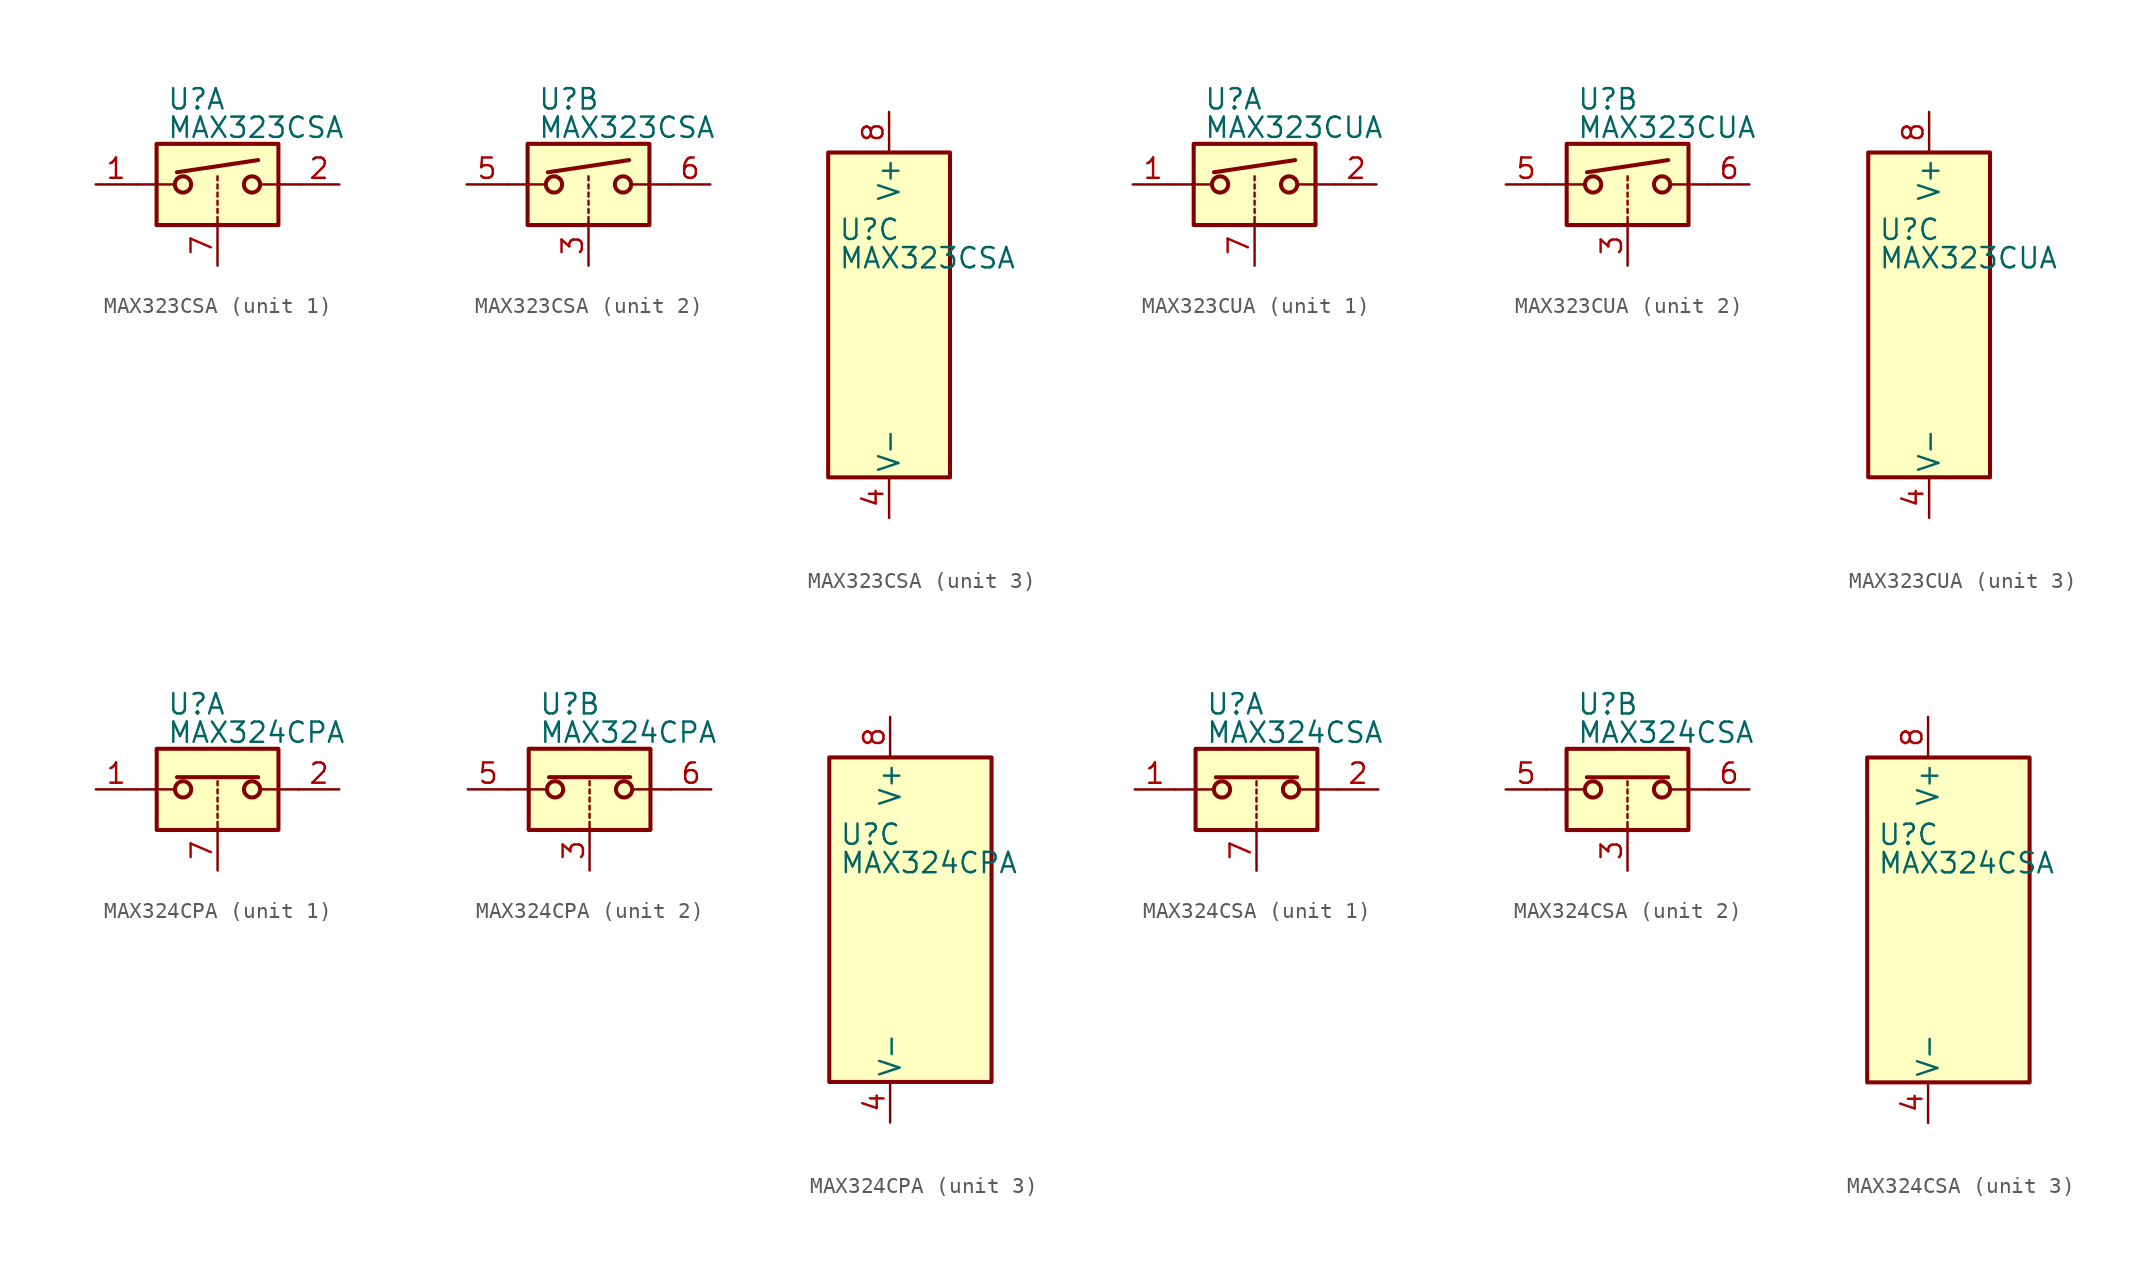
<source format=kicad_sym>
(kicad_symbol_lib
  (version 20211014)
  (generator kicad_symbol_editor)
  (symbol "MAX323CSA"
    (pin_names
      (offset 0.254))
    (property "Reference" "U"
      (at -3.175 5.334 0)
      (effects (font (size 1.27 1.27)) (justify left)))
    (property "Value" "MAX323CSA"
      (at -3.175 3.556 0)
      (effects (font (size 1.27 1.27)) (justify left)))
    (symbol "MAX323CSA_1_1"
      (rectangle (start -3.81 2.54) (end 3.81 -2.54) (stroke (width 0.254) (type default) (color 0 0 0 0)) (fill (type background)))
      (circle (center -2.159 0) (radius 0.508) (stroke (width 0.254) (type default) (color 0 0 0 0)) (fill (type none)))
      (polyline (pts (xy -5.08 0) (xy -2.794 0)) (stroke (width 0) (type default) (color 0 0 0 0)) (fill (type none)))
      (polyline (pts (xy -2.54 0.762) (xy 2.54 1.524)) (stroke (width 0.254) (type default) (color 0 0 0 0)) (fill (type none)))
      (polyline (pts (xy 0 -2.54) (xy 0 -2.032)) (stroke (width 0) (type default) (color 0 0 0 0)) (fill (type none)))
      (polyline (pts (xy 0 -1.778) (xy 0 -1.524)) (stroke (width 0) (type default) (color 0 0 0 0)) (fill (type none)))
      (polyline (pts (xy 0 -1.27) (xy 0 -1.016)) (stroke (width 0) (type default) (color 0 0 0 0)) (fill (type none)))
      (polyline (pts (xy 0 -0.762) (xy 0 -0.508)) (stroke (width 0) (type default) (color 0 0 0 0)) (fill (type none)))
      (polyline (pts (xy 0 -0.254) (xy 0 0)) (stroke (width 0) (type default) (color 0 0 0 0)) (fill (type none)))
      (polyline (pts (xy 0 0.254) (xy 0 0.508)) (stroke (width 0) (type default) (color 0 0 0 0)) (fill (type none)))
      (polyline (pts (xy 5.08 0) (xy 2.794 0)) (stroke (width 0) (type default) (color 0 0 0 0)) (fill (type none)))
      (circle (center 2.159 0) (radius 0.508) (stroke (width 0.254) (type default) (color 0 0 0 0)) (fill (type none)))
      (pin passive line (at -7.62 0 0) (length 2.54) (name "~" (effects (font (size 1.27 1.27)))) (number "1" (effects (font (size 1.27 1.27)))))
      (pin passive line (at 7.62 0 180) (length 2.54) (name "~" (effects (font (size 1.27 1.27)))) (number "2" (effects (font (size 1.27 1.27)))))
      (pin input line (at 0 -5.08 90) (length 2.54) (name "~" (effects (font (size 1.27 1.27)))) (number "7" (effects (font (size 1.27 1.27))))))
    (symbol "MAX323CSA_2_1"
      (rectangle (start -3.81 2.54) (end 3.81 -2.54) (stroke (width 0.254) (type default) (color 0 0 0 0)) (fill (type background)))
      (circle (center -2.159 0) (radius 0.508) (stroke (width 0.254) (type default) (color 0 0 0 0)) (fill (type none)))
      (polyline (pts (xy -5.08 0) (xy -2.794 0)) (stroke (width 0) (type default) (color 0 0 0 0)) (fill (type none)))
      (polyline (pts (xy -2.54 0.762) (xy 2.54 1.524)) (stroke (width 0.254) (type default) (color 0 0 0 0)) (fill (type none)))
      (polyline (pts (xy 0 -2.54) (xy 0 -2.032)) (stroke (width 0) (type default) (color 0 0 0 0)) (fill (type none)))
      (polyline (pts (xy 0 -1.778) (xy 0 -1.524)) (stroke (width 0) (type default) (color 0 0 0 0)) (fill (type none)))
      (polyline (pts (xy 0 -1.27) (xy 0 -1.016)) (stroke (width 0) (type default) (color 0 0 0 0)) (fill (type none)))
      (polyline (pts (xy 0 -0.762) (xy 0 -0.508)) (stroke (width 0) (type default) (color 0 0 0 0)) (fill (type none)))
      (polyline (pts (xy 0 -0.254) (xy 0 0)) (stroke (width 0) (type default) (color 0 0 0 0)) (fill (type none)))
      (polyline (pts (xy 0 0.254) (xy 0 0.508)) (stroke (width 0) (type default) (color 0 0 0 0)) (fill (type none)))
      (polyline (pts (xy 5.08 0) (xy 2.794 0)) (stroke (width 0) (type default) (color 0 0 0 0)) (fill (type none)))
      (circle (center 2.159 0) (radius 0.508) (stroke (width 0.254) (type default) (color 0 0 0 0)) (fill (type none)))
      (pin input line (at 0 -5.08 90) (length 2.54) (name "~" (effects (font (size 1.27 1.27)))) (number "3" (effects (font (size 1.27 1.27)))))
      (pin passive line (at -7.62 0 0) (length 2.54) (name "~" (effects (font (size 1.27 1.27)))) (number "5" (effects (font (size 1.27 1.27)))))
      (pin passive line (at 7.62 0 180) (length 2.54) (name "~" (effects (font (size 1.27 1.27)))) (number "6" (effects (font (size 1.27 1.27))))))
    (symbol "MAX323CSA_3_0"
      (pin power_in line (at 0 -12.7 90) (length 2.54) (name "V-" (effects (font (size 1.27 1.27)))) (number "4" (effects (font (size 1.27 1.27)))))
      (pin power_in line (at 0 12.7 270) (length 2.54) (name "V+" (effects (font (size 1.27 1.27)))) (number "8" (effects (font (size 1.27 1.27))))))
    (symbol "MAX323CSA_3_1"
      (rectangle (start -3.81 10.16) (end 3.81 -10.16) (stroke (width 0.254) (type default) (color 0 0 0 0)) (fill (type background)))))
  (symbol "MAX323CUA"
    (pin_names
      (offset 0.254))
    (property "Reference" "U"
      (at -3.175 5.334 0)
      (effects (font (size 1.27 1.27)) (justify left)))
    (property "Value" "MAX323CUA"
      (at -3.175 3.556 0)
      (effects (font (size 1.27 1.27)) (justify left)))
    (symbol "MAX323CUA_1_1"
      (rectangle (start -3.81 2.54) (end 3.81 -2.54) (stroke (width 0.254) (type default) (color 0 0 0 0)) (fill (type background)))
      (circle (center -2.159 0) (radius 0.508) (stroke (width 0.254) (type default) (color 0 0 0 0)) (fill (type none)))
      (polyline (pts (xy -5.08 0) (xy -2.794 0)) (stroke (width 0) (type default) (color 0 0 0 0)) (fill (type none)))
      (polyline (pts (xy -2.54 0.762) (xy 2.54 1.524)) (stroke (width 0.254) (type default) (color 0 0 0 0)) (fill (type none)))
      (polyline (pts (xy 0 -2.54) (xy 0 -2.032)) (stroke (width 0) (type default) (color 0 0 0 0)) (fill (type none)))
      (polyline (pts (xy 0 -1.778) (xy 0 -1.524)) (stroke (width 0) (type default) (color 0 0 0 0)) (fill (type none)))
      (polyline (pts (xy 0 -1.27) (xy 0 -1.016)) (stroke (width 0) (type default) (color 0 0 0 0)) (fill (type none)))
      (polyline (pts (xy 0 -0.762) (xy 0 -0.508)) (stroke (width 0) (type default) (color 0 0 0 0)) (fill (type none)))
      (polyline (pts (xy 0 -0.254) (xy 0 0)) (stroke (width 0) (type default) (color 0 0 0 0)) (fill (type none)))
      (polyline (pts (xy 0 0.254) (xy 0 0.508)) (stroke (width 0) (type default) (color 0 0 0 0)) (fill (type none)))
      (polyline (pts (xy 5.08 0) (xy 2.794 0)) (stroke (width 0) (type default) (color 0 0 0 0)) (fill (type none)))
      (circle (center 2.159 0) (radius 0.508) (stroke (width 0.254) (type default) (color 0 0 0 0)) (fill (type none)))
      (pin passive line (at -7.62 0 0) (length 2.54) (name "~" (effects (font (size 1.27 1.27)))) (number "1" (effects (font (size 1.27 1.27)))))
      (pin passive line (at 7.62 0 180) (length 2.54) (name "~" (effects (font (size 1.27 1.27)))) (number "2" (effects (font (size 1.27 1.27)))))
      (pin input line (at 0 -5.08 90) (length 2.54) (name "~" (effects (font (size 1.27 1.27)))) (number "7" (effects (font (size 1.27 1.27))))))
    (symbol "MAX323CUA_2_1"
      (rectangle (start -3.81 2.54) (end 3.81 -2.54) (stroke (width 0.254) (type default) (color 0 0 0 0)) (fill (type background)))
      (circle (center -2.159 0) (radius 0.508) (stroke (width 0.254) (type default) (color 0 0 0 0)) (fill (type none)))
      (polyline (pts (xy -5.08 0) (xy -2.794 0)) (stroke (width 0) (type default) (color 0 0 0 0)) (fill (type none)))
      (polyline (pts (xy -2.54 0.762) (xy 2.54 1.524)) (stroke (width 0.254) (type default) (color 0 0 0 0)) (fill (type none)))
      (polyline (pts (xy 0 -2.54) (xy 0 -2.032)) (stroke (width 0) (type default) (color 0 0 0 0)) (fill (type none)))
      (polyline (pts (xy 0 -1.778) (xy 0 -1.524)) (stroke (width 0) (type default) (color 0 0 0 0)) (fill (type none)))
      (polyline (pts (xy 0 -1.27) (xy 0 -1.016)) (stroke (width 0) (type default) (color 0 0 0 0)) (fill (type none)))
      (polyline (pts (xy 0 -0.762) (xy 0 -0.508)) (stroke (width 0) (type default) (color 0 0 0 0)) (fill (type none)))
      (polyline (pts (xy 0 -0.254) (xy 0 0)) (stroke (width 0) (type default) (color 0 0 0 0)) (fill (type none)))
      (polyline (pts (xy 0 0.254) (xy 0 0.508)) (stroke (width 0) (type default) (color 0 0 0 0)) (fill (type none)))
      (polyline (pts (xy 5.08 0) (xy 2.794 0)) (stroke (width 0) (type default) (color 0 0 0 0)) (fill (type none)))
      (circle (center 2.159 0) (radius 0.508) (stroke (width 0.254) (type default) (color 0 0 0 0)) (fill (type none)))
      (pin input line (at 0 -5.08 90) (length 2.54) (name "~" (effects (font (size 1.27 1.27)))) (number "3" (effects (font (size 1.27 1.27)))))
      (pin passive line (at -7.62 0 0) (length 2.54) (name "~" (effects (font (size 1.27 1.27)))) (number "5" (effects (font (size 1.27 1.27)))))
      (pin passive line (at 7.62 0 180) (length 2.54) (name "~" (effects (font (size 1.27 1.27)))) (number "6" (effects (font (size 1.27 1.27))))))
    (symbol "MAX323CUA_3_0"
      (pin power_in line (at 0 -12.7 90) (length 2.54) (name "V-" (effects (font (size 1.27 1.27)))) (number "4" (effects (font (size 1.27 1.27)))))
      (pin power_in line (at 0 12.7 270) (length 2.54) (name "V+" (effects (font (size 1.27 1.27)))) (number "8" (effects (font (size 1.27 1.27))))))
    (symbol "MAX323CUA_3_1"
      (rectangle (start -3.81 10.16) (end 3.81 -10.16) (stroke (width 0.254) (type default) (color 0 0 0 0)) (fill (type background)))))
  (symbol "MAX324CPA"
    (pin_names
      (offset 0.254))
    (property "Reference" "U"
      (at -3.175 5.334 0)
      (effects (font (size 1.27 1.27)) (justify left)))
    (property "Value" "MAX324CPA"
      (at -3.175 3.556 0)
      (effects (font (size 1.27 1.27)) (justify left)))
    (symbol "MAX324CPA_1_1"
      (rectangle (start -3.81 2.54) (end 3.81 -2.54) (stroke (width 0.254) (type default) (color 0 0 0 0)) (fill (type background)))
      (circle (center -2.159 0) (radius 0.508) (stroke (width 0.254) (type default) (color 0 0 0 0)) (fill (type none)))
      (polyline (pts (xy -5.08 0) (xy -2.794 0)) (stroke (width 0) (type default) (color 0 0 0 0)) (fill (type none)))
      (polyline (pts (xy -2.54 0.762) (xy 2.54 0.762)) (stroke (width 0.254) (type default) (color 0 0 0 0)) (fill (type none)))
      (polyline (pts (xy 0 -2.54) (xy 0 -2.032)) (stroke (width 0) (type default) (color 0 0 0 0)) (fill (type none)))
      (polyline (pts (xy 0 -1.778) (xy 0 -1.524)) (stroke (width 0) (type default) (color 0 0 0 0)) (fill (type none)))
      (polyline (pts (xy 0 -1.27) (xy 0 -1.016)) (stroke (width 0) (type default) (color 0 0 0 0)) (fill (type none)))
      (polyline (pts (xy 0 -0.762) (xy 0 -0.508)) (stroke (width 0) (type default) (color 0 0 0 0)) (fill (type none)))
      (polyline (pts (xy 0 -0.254) (xy 0 0)) (stroke (width 0) (type default) (color 0 0 0 0)) (fill (type none)))
      (polyline (pts (xy 0 0.254) (xy 0 0.508)) (stroke (width 0) (type default) (color 0 0 0 0)) (fill (type none)))
      (polyline (pts (xy 5.08 0) (xy 2.794 0)) (stroke (width 0) (type default) (color 0 0 0 0)) (fill (type none)))
      (circle (center 2.159 0) (radius 0.508) (stroke (width 0.254) (type default) (color 0 0 0 0)) (fill (type none)))
      (pin passive line (at -7.62 0 0) (length 2.54) (name "~" (effects (font (size 1.27 1.27)))) (number "1" (effects (font (size 1.27 1.27)))))
      (pin passive line (at 7.62 0 180) (length 2.54) (name "~" (effects (font (size 1.27 1.27)))) (number "2" (effects (font (size 1.27 1.27)))))
      (pin input line (at 0 -5.08 90) (length 2.54) (name "~" (effects (font (size 1.27 1.27)))) (number "7" (effects (font (size 1.27 1.27))))))
    (symbol "MAX324CPA_2_1"
      (rectangle (start -3.81 2.54) (end 3.81 -2.54) (stroke (width 0.254) (type default) (color 0 0 0 0)) (fill (type background)))
      (circle (center -2.159 0) (radius 0.508) (stroke (width 0.254) (type default) (color 0 0 0 0)) (fill (type none)))
      (polyline (pts (xy -5.08 0) (xy -2.794 0)) (stroke (width 0) (type default) (color 0 0 0 0)) (fill (type none)))
      (polyline (pts (xy -2.54 0.762) (xy 2.54 0.762)) (stroke (width 0.254) (type default) (color 0 0 0 0)) (fill (type none)))
      (polyline (pts (xy 0 -2.54) (xy 0 -2.032)) (stroke (width 0) (type default) (color 0 0 0 0)) (fill (type none)))
      (polyline (pts (xy 0 -1.778) (xy 0 -1.524)) (stroke (width 0) (type default) (color 0 0 0 0)) (fill (type none)))
      (polyline (pts (xy 0 -1.27) (xy 0 -1.016)) (stroke (width 0) (type default) (color 0 0 0 0)) (fill (type none)))
      (polyline (pts (xy 0 -0.762) (xy 0 -0.508)) (stroke (width 0) (type default) (color 0 0 0 0)) (fill (type none)))
      (polyline (pts (xy 0 -0.254) (xy 0 0)) (stroke (width 0) (type default) (color 0 0 0 0)) (fill (type none)))
      (polyline (pts (xy 0 0.254) (xy 0 0.508)) (stroke (width 0) (type default) (color 0 0 0 0)) (fill (type none)))
      (polyline (pts (xy 5.08 0) (xy 2.794 0)) (stroke (width 0) (type default) (color 0 0 0 0)) (fill (type none)))
      (circle (center 2.159 0) (radius 0.508) (stroke (width 0.254) (type default) (color 0 0 0 0)) (fill (type none)))
      (pin input line (at 0 -5.08 90) (length 2.54) (name "~" (effects (font (size 1.27 1.27)))) (number "3" (effects (font (size 1.27 1.27)))))
      (pin passive line (at -7.62 0 0) (length 2.54) (name "~" (effects (font (size 1.27 1.27)))) (number "5" (effects (font (size 1.27 1.27)))))
      (pin passive line (at 7.62 0 180) (length 2.54) (name "~" (effects (font (size 1.27 1.27)))) (number "6" (effects (font (size 1.27 1.27))))))
    (symbol "MAX324CPA_3_0"
      (pin power_in line (at 0 -12.7 90) (length 2.54) (name "V-" (effects (font (size 1.27 1.27)))) (number "4" (effects (font (size 1.27 1.27)))))
      (pin power_in line (at 0 12.7 270) (length 2.54) (name "V+" (effects (font (size 1.27 1.27)))) (number "8" (effects (font (size 1.27 1.27))))))
    (symbol "MAX324CPA_3_1"
      (rectangle (start -3.81 10.16) (end 6.35 -10.16) (stroke (width 0.254) (type default) (color 0 0 0 0)) (fill (type background)))))
  (symbol "MAX324CSA"
    (pin_names
      (offset 0.254))
    (property "Reference" "U"
      (at -3.175 5.334 0)
      (effects (font (size 1.27 1.27)) (justify left)))
    (property "Value" "MAX324CSA"
      (at -3.175 3.556 0)
      (effects (font (size 1.27 1.27)) (justify left)))
    (symbol "MAX324CSA_1_1"
      (rectangle (start -3.81 2.54) (end 3.81 -2.54) (stroke (width 0.254) (type default) (color 0 0 0 0)) (fill (type background)))
      (circle (center -2.159 0) (radius 0.508) (stroke (width 0.254) (type default) (color 0 0 0 0)) (fill (type none)))
      (polyline (pts (xy -5.08 0) (xy -2.794 0)) (stroke (width 0) (type default) (color 0 0 0 0)) (fill (type none)))
      (polyline (pts (xy -2.54 0.762) (xy 2.54 0.762)) (stroke (width 0.254) (type default) (color 0 0 0 0)) (fill (type none)))
      (polyline (pts (xy 0 -2.54) (xy 0 -2.032)) (stroke (width 0) (type default) (color 0 0 0 0)) (fill (type none)))
      (polyline (pts (xy 0 -1.778) (xy 0 -1.524)) (stroke (width 0) (type default) (color 0 0 0 0)) (fill (type none)))
      (polyline (pts (xy 0 -1.27) (xy 0 -1.016)) (stroke (width 0) (type default) (color 0 0 0 0)) (fill (type none)))
      (polyline (pts (xy 0 -0.762) (xy 0 -0.508)) (stroke (width 0) (type default) (color 0 0 0 0)) (fill (type none)))
      (polyline (pts (xy 0 -0.254) (xy 0 0)) (stroke (width 0) (type default) (color 0 0 0 0)) (fill (type none)))
      (polyline (pts (xy 0 0.254) (xy 0 0.508)) (stroke (width 0) (type default) (color 0 0 0 0)) (fill (type none)))
      (polyline (pts (xy 5.08 0) (xy 2.794 0)) (stroke (width 0) (type default) (color 0 0 0 0)) (fill (type none)))
      (circle (center 2.159 0) (radius 0.508) (stroke (width 0.254) (type default) (color 0 0 0 0)) (fill (type none)))
      (pin passive line (at -7.62 0 0) (length 2.54) (name "~" (effects (font (size 1.27 1.27)))) (number "1" (effects (font (size 1.27 1.27)))))
      (pin passive line (at 7.62 0 180) (length 2.54) (name "~" (effects (font (size 1.27 1.27)))) (number "2" (effects (font (size 1.27 1.27)))))
      (pin input line (at 0 -5.08 90) (length 2.54) (name "~" (effects (font (size 1.27 1.27)))) (number "7" (effects (font (size 1.27 1.27))))))
    (symbol "MAX324CSA_2_1"
      (rectangle (start -3.81 2.54) (end 3.81 -2.54) (stroke (width 0.254) (type default) (color 0 0 0 0)) (fill (type background)))
      (circle (center -2.159 0) (radius 0.508) (stroke (width 0.254) (type default) (color 0 0 0 0)) (fill (type none)))
      (polyline (pts (xy -5.08 0) (xy -2.794 0)) (stroke (width 0) (type default) (color 0 0 0 0)) (fill (type none)))
      (polyline (pts (xy -2.54 0.762) (xy 2.54 0.762)) (stroke (width 0.254) (type default) (color 0 0 0 0)) (fill (type none)))
      (polyline (pts (xy 0 -2.54) (xy 0 -2.032)) (stroke (width 0) (type default) (color 0 0 0 0)) (fill (type none)))
      (polyline (pts (xy 0 -1.778) (xy 0 -1.524)) (stroke (width 0) (type default) (color 0 0 0 0)) (fill (type none)))
      (polyline (pts (xy 0 -1.27) (xy 0 -1.016)) (stroke (width 0) (type default) (color 0 0 0 0)) (fill (type none)))
      (polyline (pts (xy 0 -0.762) (xy 0 -0.508)) (stroke (width 0) (type default) (color 0 0 0 0)) (fill (type none)))
      (polyline (pts (xy 0 -0.254) (xy 0 0)) (stroke (width 0) (type default) (color 0 0 0 0)) (fill (type none)))
      (polyline (pts (xy 0 0.254) (xy 0 0.508)) (stroke (width 0) (type default) (color 0 0 0 0)) (fill (type none)))
      (polyline (pts (xy 5.08 0) (xy 2.794 0)) (stroke (width 0) (type default) (color 0 0 0 0)) (fill (type none)))
      (circle (center 2.159 0) (radius 0.508) (stroke (width 0.254) (type default) (color 0 0 0 0)) (fill (type none)))
      (pin input line (at 0 -5.08 90) (length 2.54) (name "~" (effects (font (size 1.27 1.27)))) (number "3" (effects (font (size 1.27 1.27)))))
      (pin passive line (at -7.62 0 0) (length 2.54) (name "~" (effects (font (size 1.27 1.27)))) (number "5" (effects (font (size 1.27 1.27)))))
      (pin passive line (at 7.62 0 180) (length 2.54) (name "~" (effects (font (size 1.27 1.27)))) (number "6" (effects (font (size 1.27 1.27))))))
    (symbol "MAX324CSA_3_0"
      (pin power_in line (at 0 -12.7 90) (length 2.54) (name "V-" (effects (font (size 1.27 1.27)))) (number "4" (effects (font (size 1.27 1.27)))))
      (pin power_in line (at 0 12.7 270) (length 2.54) (name "V+" (effects (font (size 1.27 1.27)))) (number "8" (effects (font (size 1.27 1.27))))))
    (symbol "MAX324CSA_3_1"
      (rectangle (start -3.81 10.16) (end 6.35 -10.16) (stroke (width 0.254) (type default) (color 0 0 0 0)) (fill (type background))))))
</source>
